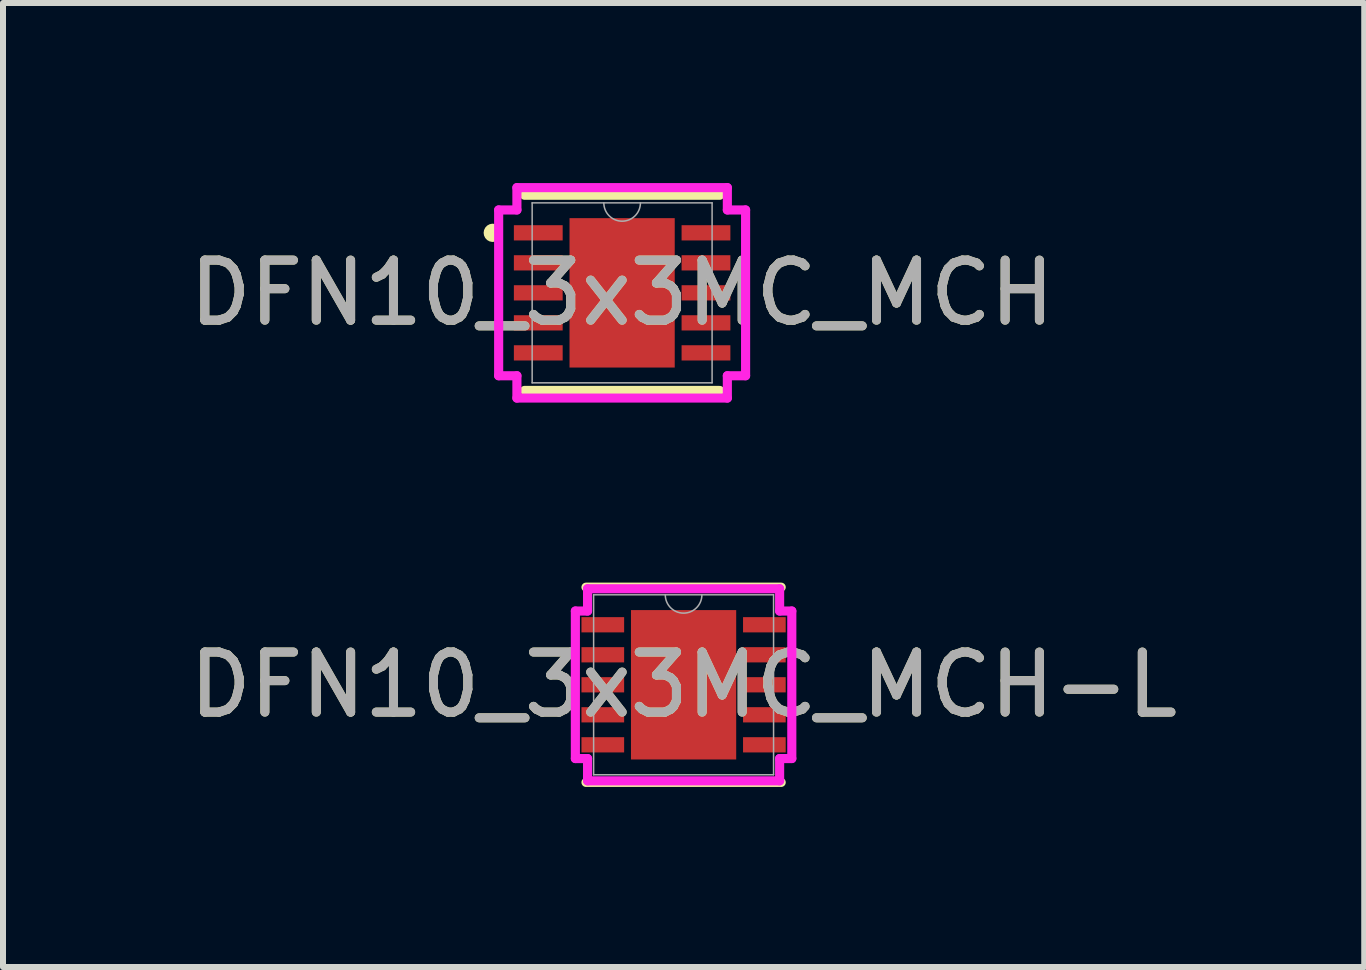
<source format=kicad_pcb>
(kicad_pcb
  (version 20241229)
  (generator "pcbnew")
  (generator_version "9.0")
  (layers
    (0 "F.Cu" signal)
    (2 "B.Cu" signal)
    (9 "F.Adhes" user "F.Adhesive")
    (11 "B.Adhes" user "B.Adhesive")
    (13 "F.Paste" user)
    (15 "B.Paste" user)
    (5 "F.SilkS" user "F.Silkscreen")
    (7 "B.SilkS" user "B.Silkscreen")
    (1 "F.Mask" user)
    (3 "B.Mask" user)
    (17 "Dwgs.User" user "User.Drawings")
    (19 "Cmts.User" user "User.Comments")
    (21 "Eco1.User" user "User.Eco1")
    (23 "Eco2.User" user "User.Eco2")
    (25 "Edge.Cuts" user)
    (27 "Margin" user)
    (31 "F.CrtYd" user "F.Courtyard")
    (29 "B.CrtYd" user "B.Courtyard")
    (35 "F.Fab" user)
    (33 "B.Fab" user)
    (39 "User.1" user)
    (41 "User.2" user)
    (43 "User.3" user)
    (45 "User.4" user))
  (footprint "DFN10_3x3MC_MCH"
    (layer "F.Cu")
    (at 7.315 1.829)
    (property "Reference" "DFN10_3x3MC_MCH" (at 0 0 0) (unlocked yes) (layer "F.SilkS") (effects (font (size 1 1) (thickness 0.15))))
    (attr smd)
    (fp_line (start -1.626 1.626) (end 1.626 1.626) (stroke (width 0.152) (type solid)) (layer "F.SilkS"))
    (fp_line (start 1.626 -1.626) (end -1.626 -1.626) (stroke (width 0.152) (type solid)) (layer "F.SilkS"))
    (fp_arc (start -2.13614 -0.926171) (mid -2.2312 -1) (end -2.13614 -1.073829) (stroke (width 0.1524) (type solid)) (layer "F.SilkS"))
    (fp_line (start -2.057 -1.381) (end -1.753 -1.381) (stroke (width 0.152) (type solid)) (layer "F.CrtYd"))
    (fp_line (start -2.057 1.381) (end -2.057 -1.381) (stroke (width 0.152) (type solid)) (layer "F.CrtYd"))
    (fp_line (start -2.057 1.381) (end -1.753 1.381) (stroke (width 0.152) (type solid)) (layer "F.CrtYd"))
    (fp_line (start -1.753 -1.753) (end 1.753 -1.753) (stroke (width 0.152) (type solid)) (layer "F.CrtYd"))
    (fp_line (start -1.753 -1.381) (end -1.753 -1.753) (stroke (width 0.152) (type solid)) (layer "F.CrtYd"))
    (fp_line (start -1.753 1.753) (end -1.753 1.381) (stroke (width 0.152) (type solid)) (layer "F.CrtYd"))
    (fp_line (start 1.753 -1.753) (end 1.753 -1.381) (stroke (width 0.152) (type solid)) (layer "F.CrtYd"))
    (fp_line (start 1.753 1.381) (end 1.753 1.753) (stroke (width 0.152) (type solid)) (layer "F.CrtYd"))
    (fp_line (start 1.753 1.753) (end -1.753 1.753) (stroke (width 0.152) (type solid)) (layer "F.CrtYd"))
    (fp_line (start 2.057 -1.381) (end 1.753 -1.381) (stroke (width 0.152) (type solid)) (layer "F.CrtYd"))
    (fp_line (start 2.057 -1.381) (end 2.057 1.381) (stroke (width 0.152) (type solid)) (layer "F.CrtYd"))
    (fp_line (start 2.057 1.381) (end 1.753 1.381) (stroke (width 0.152) (type solid)) (layer "F.CrtYd"))
    (fp_line (start -1.499 -1.499) (end -1.499 1.499) (stroke (width 0.025) (type solid)) (layer "F.Fab"))
    (fp_line (start -1.499 1.499) (end 1.499 1.499) (stroke (width 0.025) (type solid)) (layer "F.Fab"))
    (fp_line (start 1.499 -1.499) (end -1.499 -1.499) (stroke (width 0.025) (type solid)) (layer "F.Fab"))
    (fp_line (start 1.499 1.499) (end 1.499 -1.499) (stroke (width 0.025) (type solid)) (layer "F.Fab"))
    (fp_arc (start 0.3048 -1.4986) (mid 0 -1.1938) (end -0.3048 -1.4986) (stroke (width 0.0254) (type solid)) (layer "F.Fab"))
    (fp_text user "${REFERENCE}" (at 0 0 0) (unlocked yes) (layer "F.Fab") (effects (font (size 1 1) (thickness 0.15))))
    (pad "1" smd rect (at -1.397 -1) (size 0.813 0.254) (layers "F.Cu" "F.Mask" "F.Paste"))
    (pad "2" smd rect (at -1.397 -0.5) (size 0.813 0.254) (layers "F.Cu" "F.Mask" "F.Paste"))
    (pad "3" smd rect (at -1.397 0) (size 0.813 0.254) (layers "F.Cu" "F.Mask" "F.Paste"))
    (pad "4" smd rect (at -1.397 0.5) (size 0.813 0.254) (layers "F.Cu" "F.Mask" "F.Paste"))
    (pad "5" smd rect (at -1.397 1) (size 0.813 0.254) (layers "F.Cu" "F.Mask" "F.Paste"))
    (pad "6" smd rect (at 1.397 1) (size 0.813 0.254) (layers "F.Cu" "F.Mask" "F.Paste"))
    (pad "7" smd rect (at 1.397 0.5) (size 0.813 0.254) (layers "F.Cu" "F.Mask" "F.Paste"))
    (pad "8" smd rect (at 1.397 0) (size 0.813 0.254) (layers "F.Cu" "F.Mask" "F.Paste"))
    (pad "9" smd rect (at 1.397 -0.5) (size 0.813 0.254) (layers "F.Cu" "F.Mask" "F.Paste"))
    (pad "10" smd rect (at 1.397 -1) (size 0.813 0.254) (layers "F.Cu" "F.Mask" "F.Paste"))
    (pad "11" smd rect (at 0 0) (size 1.753 2.489) (layers "F.Cu" "F.Mask" "F.Paste")))
  (footprint "DFN10_3x3MC_MCH-L"
    (layer "F.Cu")
    (at 8.339 8.359)
    (property "Reference" "DFN10_3x3MC_MCH-L" (at 0 0 0) (unlocked yes) (layer "F.SilkS") (effects (font (size 1 1) (thickness 0.15))))
    (attr smd)
    (fp_line (start -1.626 1.626) (end 1.626 1.626) (stroke (width 0.152) (type solid)) (layer "F.SilkS"))
    (fp_line (start 1.626 -1.626) (end -1.626 -1.626) (stroke (width 0.152) (type solid)) (layer "F.SilkS"))
    (fp_line (start -1.803 -1.229) (end -1.6 -1.229) (stroke (width 0.152) (type solid)) (layer "F.CrtYd"))
    (fp_line (start -1.803 1.229) (end -1.803 -1.229) (stroke (width 0.152) (type solid)) (layer "F.CrtYd"))
    (fp_line (start -1.803 1.229) (end -1.6 1.229) (stroke (width 0.152) (type solid)) (layer "F.CrtYd"))
    (fp_line (start -1.6 -1.6) (end 1.6 -1.6) (stroke (width 0.152) (type solid)) (layer "F.CrtYd"))
    (fp_line (start -1.6 -1.229) (end -1.6 -1.6) (stroke (width 0.152) (type solid)) (layer "F.CrtYd"))
    (fp_line (start -1.6 1.6) (end -1.6 1.229) (stroke (width 0.152) (type solid)) (layer "F.CrtYd"))
    (fp_line (start 1.6 -1.6) (end 1.6 -1.229) (stroke (width 0.152) (type solid)) (layer "F.CrtYd"))
    (fp_line (start 1.6 1.229) (end 1.6 1.6) (stroke (width 0.152) (type solid)) (layer "F.CrtYd"))
    (fp_line (start 1.6 1.6) (end -1.6 1.6) (stroke (width 0.152) (type solid)) (layer "F.CrtYd"))
    (fp_line (start 1.803 -1.229) (end 1.6 -1.229) (stroke (width 0.152) (type solid)) (layer "F.CrtYd"))
    (fp_line (start 1.803 -1.229) (end 1.803 1.229) (stroke (width 0.152) (type solid)) (layer "F.CrtYd"))
    (fp_line (start 1.803 1.229) (end 1.6 1.229) (stroke (width 0.152) (type solid)) (layer "F.CrtYd"))
    (fp_line (start -1.499 -1.499) (end -1.499 1.499) (stroke (width 0.025) (type solid)) (layer "F.Fab"))
    (fp_line (start -1.499 1.499) (end 1.499 1.499) (stroke (width 0.025) (type solid)) (layer "F.Fab"))
    (fp_line (start 1.499 -1.499) (end -1.499 -1.499) (stroke (width 0.025) (type solid)) (layer "F.Fab"))
    (fp_line (start 1.499 1.499) (end 1.499 -1.499) (stroke (width 0.025) (type solid)) (layer "F.Fab"))
    (fp_arc (start 0.3048 -1.4986) (mid 0 -1.1938) (end -0.3048 -1.4986) (stroke (width 0.0254) (type solid)) (layer "F.Fab"))
    (fp_text user "${REFERENCE}" (at 0 0 0) (unlocked yes) (layer "F.Fab") (effects (font (size 1 1) (thickness 0.15))))
    (pad "1" smd rect (at -1.346 -1) (size 0.711 0.254) (layers "F.Cu" "F.Mask" "F.Paste"))
    (pad "2" smd rect (at -1.346 -0.5) (size 0.711 0.254) (layers "F.Cu" "F.Mask" "F.Paste"))
    (pad "3" smd rect (at -1.346 0) (size 0.711 0.254) (layers "F.Cu" "F.Mask" "F.Paste"))
    (pad "4" smd rect (at -1.346 0.5) (size 0.711 0.254) (layers "F.Cu" "F.Mask" "F.Paste"))
    (pad "5" smd rect (at -1.346 1) (size 0.711 0.254) (layers "F.Cu" "F.Mask" "F.Paste"))
    (pad "6" smd rect (at 1.346 1) (size 0.711 0.254) (layers "F.Cu" "F.Mask" "F.Paste"))
    (pad "7" smd rect (at 1.346 0.5) (size 0.711 0.254) (layers "F.Cu" "F.Mask" "F.Paste"))
    (pad "8" smd rect (at 1.346 0) (size 0.711 0.254) (layers "F.Cu" "F.Mask" "F.Paste"))
    (pad "9" smd rect (at 1.346 -0.5) (size 0.711 0.254) (layers "F.Cu" "F.Mask" "F.Paste"))
    (pad "10" smd rect (at 1.346 -1) (size 0.711 0.254) (layers "F.Cu" "F.Mask" "F.Paste"))
    (pad "11" smd rect (at 0 0) (size 1.753 2.489) (layers "F.Cu" "F.Mask" "F.Paste")))
  (gr_rect
    (start -3 -3)
    (end 19.679 13.061)
    (stroke (width 0.1) (type default))
    (fill no)
    (layer "Edge.Cuts")))
</source>
